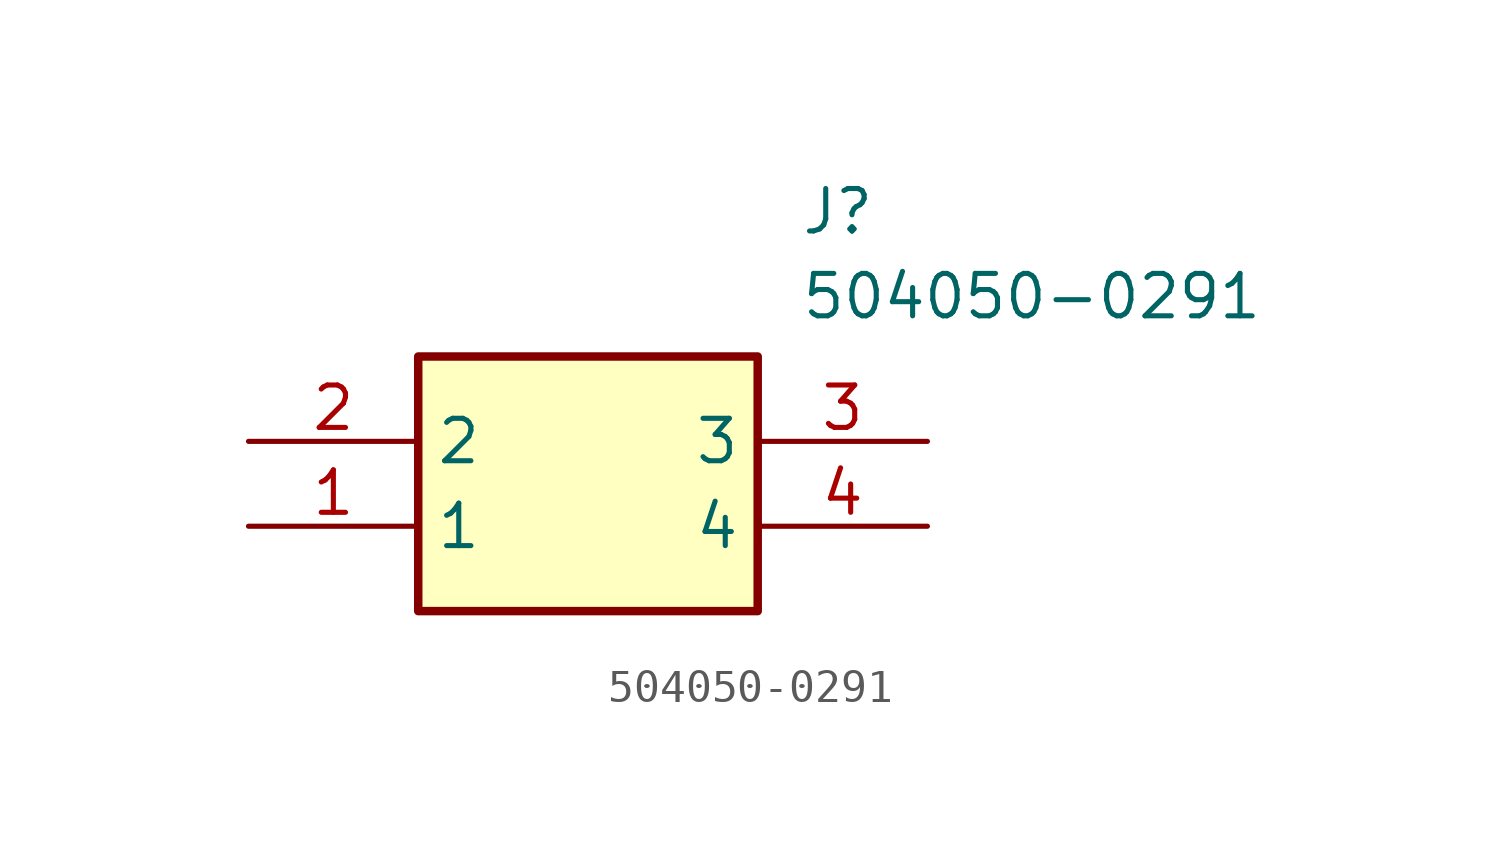
<source format=kicad_sym>
(kicad_symbol_lib
  (version 20211014)
  (generator SamacSys_ECAD_Model)
  (symbol "504050-0291"
    (property "Reference" "J"
      (at 16.51 7.62 0)
      (effects (font (size 1.27 1.27)) (justify left top)))
    (property "Value" "504050-0291"
      (at 16.51 5.08 0)
      (effects (font (size 1.27 1.27)) (justify left top)))
    (rectangle
      (start 5.08 2.54)
      (end 15.24 -5.08)
      (stroke (width 0.254) (type default))
      (fill (type background)))
    (pin passive line
      (at 0 -2.54 0)
      (length 5.08)
      (name "1" (effects (font (size 1.27 1.27))))
      (number "1" (effects (font (size 1.27 1.27)))))
    (pin passive line
      (at 0 0 0)
      (length 5.08)
      (name "2" (effects (font (size 1.27 1.27))))
      (number "2" (effects (font (size 1.27 1.27)))))
    (pin passive line
      (at 20.32 0 180)
      (length 5.08)
      (name "3" (effects (font (size 1.27 1.27))))
      (number "3" (effects (font (size 1.27 1.27)))))
    (pin passive line
      (at 20.32 -2.54 180)
      (length 5.08)
      (name "4" (effects (font (size 1.27 1.27))))
      (number "4" (effects (font (size 1.27 1.27)))))))
</source>
